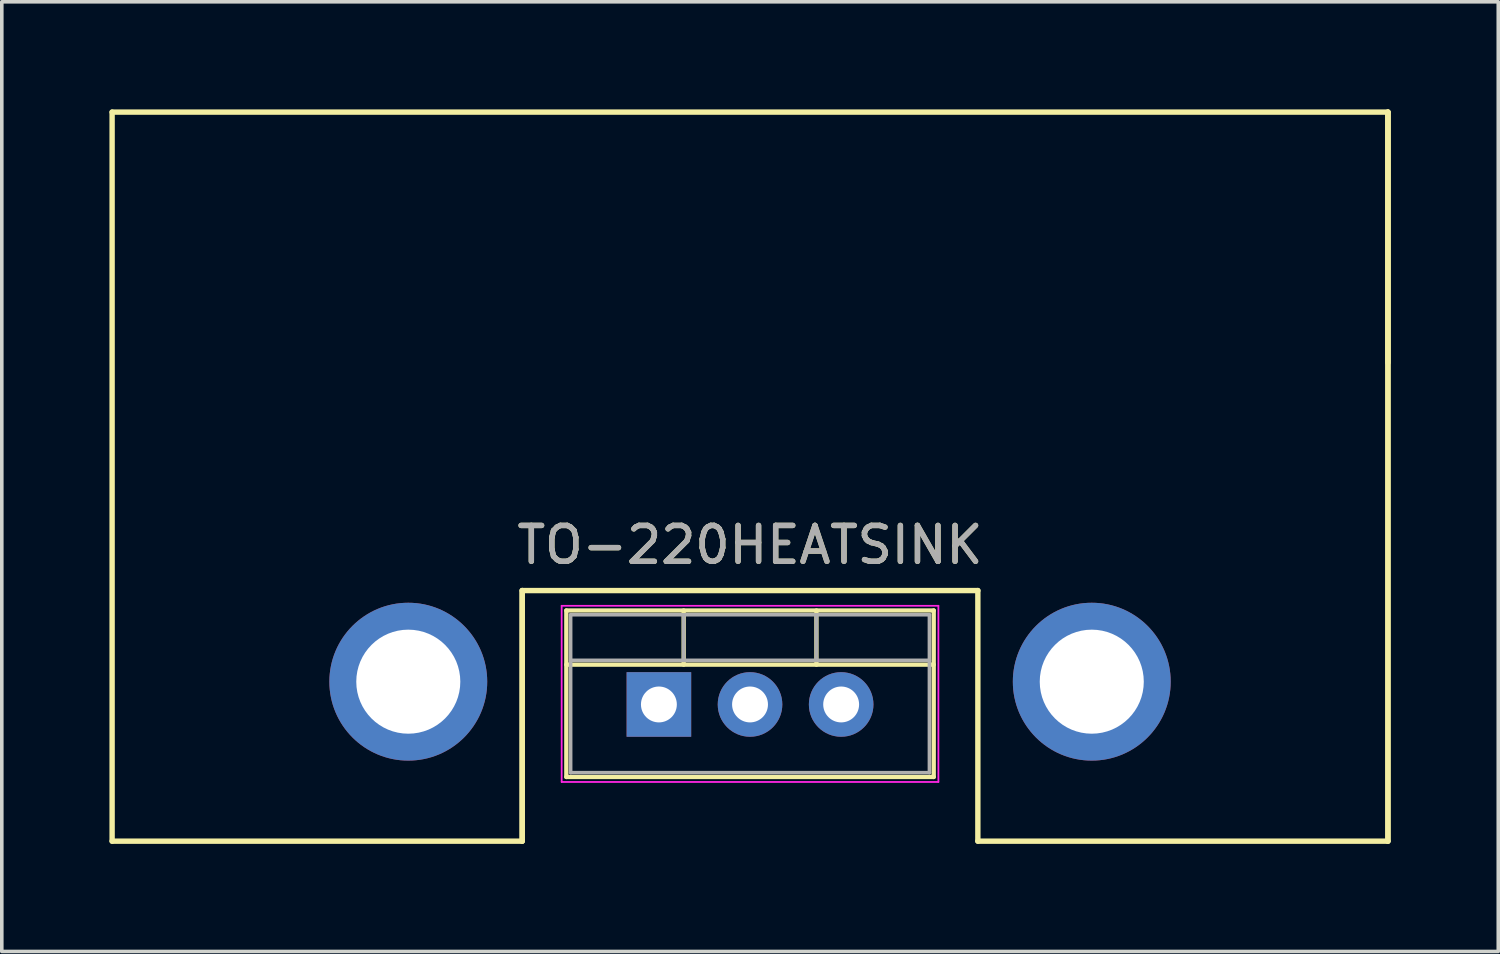
<source format=kicad_pcb>
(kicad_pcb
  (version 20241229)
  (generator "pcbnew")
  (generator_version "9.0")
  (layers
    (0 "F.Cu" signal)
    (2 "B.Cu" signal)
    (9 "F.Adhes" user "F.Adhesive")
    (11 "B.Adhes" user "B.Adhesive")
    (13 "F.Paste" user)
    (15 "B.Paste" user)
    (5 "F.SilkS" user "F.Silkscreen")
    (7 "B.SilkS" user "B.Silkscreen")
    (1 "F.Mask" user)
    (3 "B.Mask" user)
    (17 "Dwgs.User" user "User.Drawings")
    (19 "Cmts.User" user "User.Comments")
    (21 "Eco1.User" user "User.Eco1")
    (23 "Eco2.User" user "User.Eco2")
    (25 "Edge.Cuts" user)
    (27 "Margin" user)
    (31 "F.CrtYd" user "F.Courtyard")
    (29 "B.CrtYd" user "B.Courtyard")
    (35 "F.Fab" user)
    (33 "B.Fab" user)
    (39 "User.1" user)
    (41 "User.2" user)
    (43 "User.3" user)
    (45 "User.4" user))
  (footprint "TO-220HEATSINK"
    (layer "F.Cu")
    (at 17.855 13.41)
    (property "Reference" "TO-220HEATSINK" (at 0 -1.27 0) (layer "F.SilkS") (effects (font (size 1 1) (thickness 0.15))))
    (attr through_hole)
    (fp_line (start -17.78 -13.335) (end 17.78 -13.335) (stroke (width 0.15) (type solid)) (layer "F.SilkS"))
    (fp_line (start -17.78 6.985) (end -17.78 -13.335) (stroke (width 0.15) (type solid)) (layer "F.SilkS"))
    (fp_line (start -6.35 0) (end -6.35 6.985) (stroke (width 0.15) (type solid)) (layer "F.SilkS"))
    (fp_line (start -6.35 0) (end -6.35 6.985) (stroke (width 0.15) (type solid)) (layer "F.SilkS"))
    (fp_line (start -6.35 0) (end 6.35 0) (stroke (width 0.15) (type solid)) (layer "F.SilkS"))
    (fp_line (start -6.35 6.985) (end -17.78 6.985) (stroke (width 0.15) (type solid)) (layer "F.SilkS"))
    (fp_line (start -5.12 0.555) (end -5.12 5.196) (stroke (width 0.12) (type solid)) (layer "F.SilkS"))
    (fp_line (start -5.12 0.555) (end 5.12 0.555) (stroke (width 0.12) (type solid)) (layer "F.SilkS"))
    (fp_line (start -5.12 2.065) (end 5.12 2.065) (stroke (width 0.12) (type solid)) (layer "F.SilkS"))
    (fp_line (start -5.12 5.196) (end 5.12 5.196) (stroke (width 0.12) (type solid)) (layer "F.SilkS"))
    (fp_line (start -1.85 0.555) (end -1.85 2.065) (stroke (width 0.12) (type solid)) (layer "F.SilkS"))
    (fp_line (start 1.851 0.555) (end 1.851 2.065) (stroke (width 0.12) (type solid)) (layer "F.SilkS"))
    (fp_line (start 5.12 0.555) (end 5.12 5.196) (stroke (width 0.12) (type solid)) (layer "F.SilkS"))
    (fp_line (start 6.35 0) (end 6.35 6.985) (stroke (width 0.15) (type solid)) (layer "F.SilkS"))
    (fp_line (start 6.35 6.985) (end 17.78 6.985) (stroke (width 0.15) (type solid)) (layer "F.SilkS"))
    (fp_line (start 17.78 -13.335) (end 17.78 -6.35) (stroke (width 0.15) (type solid)) (layer "F.SilkS"))
    (fp_line (start 17.78 -13.335) (end 17.78 6.985) (stroke (width 0.15) (type solid)) (layer "F.SilkS"))
    (fp_line (start 17.78 -13.335) (end 17.78 6.985) (stroke (width 0.15) (type solid)) (layer "F.SilkS"))
    (fp_line (start -5.25 0.425) (end -5.25 5.335) (stroke (width 0.05) (type solid)) (layer "F.CrtYd"))
    (fp_line (start -5.25 5.335) (end 5.25 5.335) (stroke (width 0.05) (type solid)) (layer "F.CrtYd"))
    (fp_line (start 5.25 0.425) (end -5.25 0.425) (stroke (width 0.05) (type solid)) (layer "F.CrtYd"))
    (fp_line (start 5.25 5.335) (end 5.25 0.425) (stroke (width 0.05) (type solid)) (layer "F.CrtYd"))
    (fp_line (start -5 0.675) (end -5 5.075) (stroke (width 0.1) (type solid)) (layer "F.Fab"))
    (fp_line (start -5 1.945) (end 5 1.945) (stroke (width 0.1) (type solid)) (layer "F.Fab"))
    (fp_line (start -5 5.075) (end 5 5.075) (stroke (width 0.1) (type solid)) (layer "F.Fab"))
    (fp_line (start -1.85 0.675) (end -1.85 1.945) (stroke (width 0.1) (type solid)) (layer "F.Fab"))
    (fp_line (start 1.85 0.675) (end 1.85 1.945) (stroke (width 0.1) (type solid)) (layer "F.Fab"))
    (fp_line (start 5 0.675) (end -5 0.675) (stroke (width 0.1) (type solid)) (layer "F.Fab"))
    (fp_line (start 5 5.075) (end 5 0.675) (stroke (width 0.1) (type solid)) (layer "F.Fab"))
    (fp_text user "${REFERENCE}" (at 0 -1.27 0) (layer "F.Fab") (effects (font (size 1 1) (thickness 0.15))))
    (pad "" np_thru_hole circle (at -9.525 2.54) (size 4.4 4.4) (drill 2.9) (layers "*.Cu" "*.Mask"))
    (pad "" np_thru_hole circle (at 9.525 2.54) (size 4.4 4.4) (drill 2.9) (layers "*.Cu" "*.Mask"))
    (pad "1" thru_hole rect (at -2.54 3.175) (size 1.8 1.8) (drill 1) (layers "*.Cu" "*.Mask"))
    (pad "2" thru_hole oval (at 0 3.175) (size 1.8 1.8) (drill 1) (layers "*.Cu" "*.Mask"))
    (pad "3" thru_hole oval (at 2.54 3.175) (size 1.8 1.8) (drill 1) (layers "*.Cu" "*.Mask")))
  (gr_rect
    (start -3 -3)
    (end 38.71 23.47)
    (stroke (width 0.1) (type default))
    (fill no)
    (layer "Edge.Cuts")))
</source>
